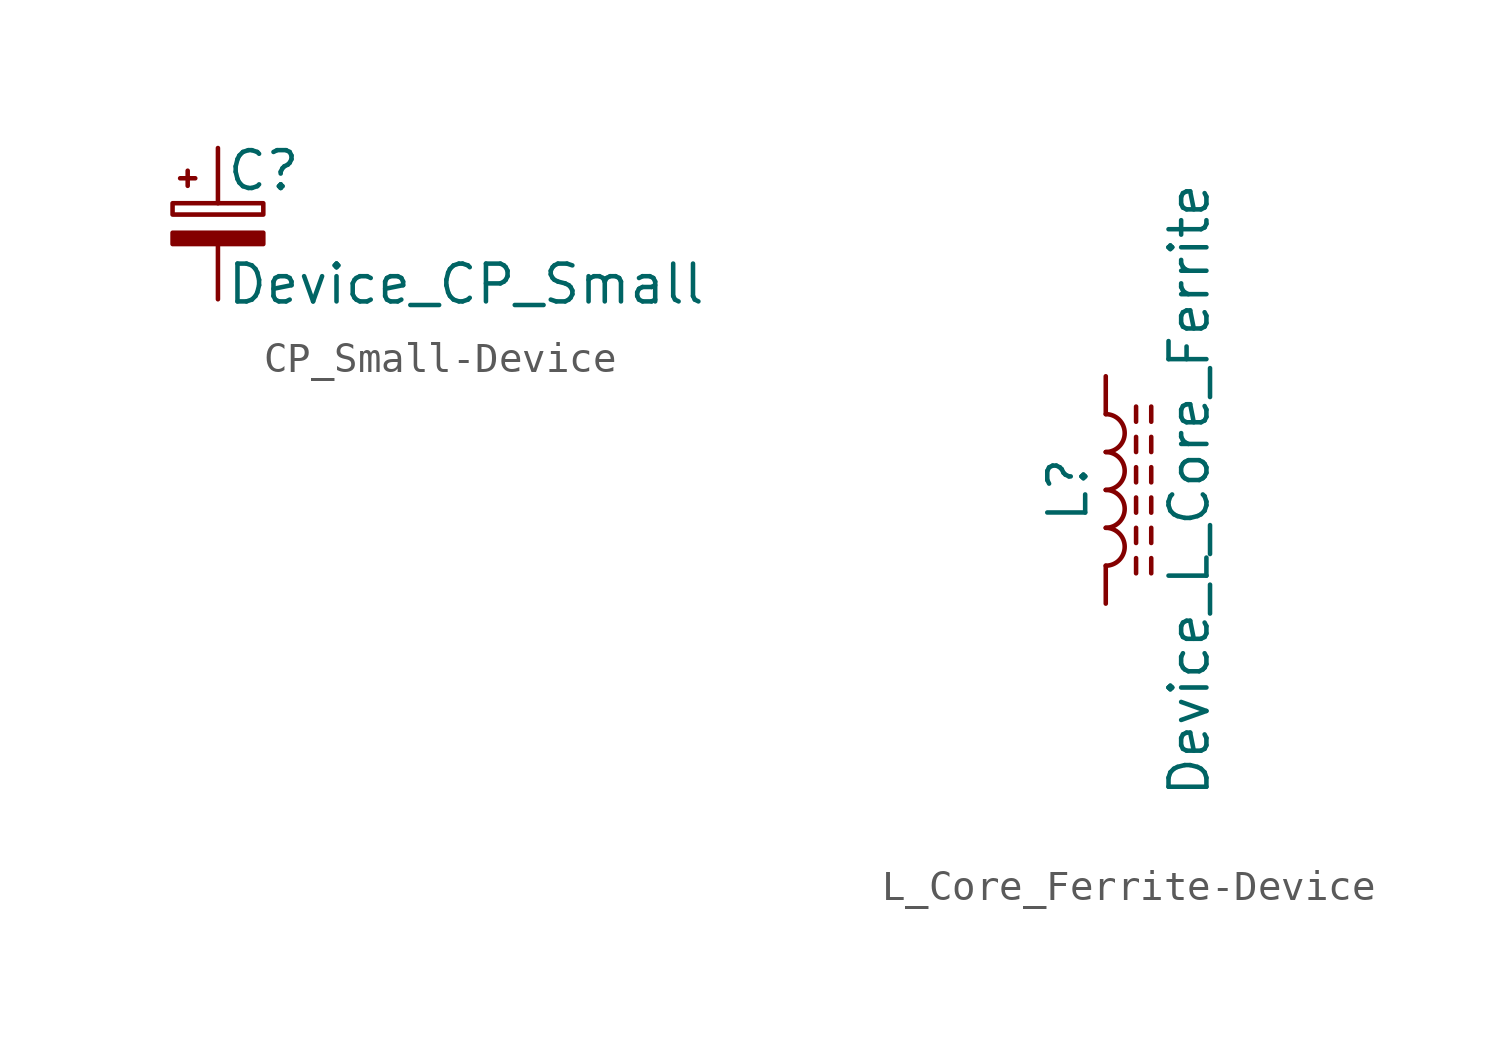
<source format=kicad_sym>
(kicad_symbol_lib
  (version 20220914)
  (generator kicad_symbol_editor)
  (symbol "CP_Small-Device"
    (pin_numbers hide)
    (pin_names
      (offset 0.254) hide)
    (property "Reference" "C"
      (at 0.254 1.778 0)
      (effects (font (size 1.27 1.27)) (justify left)))
    (property "Value" "Device_CP_Small"
      (at 0.254 -2.032 0)
      (effects (font (size 1.27 1.27)) (justify left)))
    (symbol "CP_Small-Device_0_1"
      (rectangle (start -1.524 -0.305) (end 1.524 -0.686) (stroke (width 0) (type solid)) (fill (type outline)))
      (rectangle (start -1.524 0.686) (end 1.524 0.305) (stroke (width 0) (type solid)) (fill (type none)))
      (polyline (pts (xy -1.27 1.524) (xy -0.762 1.524)) (stroke (width 0) (type solid)) (fill (type none)))
      (polyline (pts (xy -1.016 1.27) (xy -1.016 1.778)) (stroke (width 0) (type solid)) (fill (type none))))
    (symbol "CP_Small-Device_1_1"
      (pin passive line (at 0 2.54 270) (length 1.854) (name "~" (effects (font (size 1.27 1.27)))) (number "1" (effects (font (size 1.27 1.27)))))
      (pin passive line (at 0 -2.54 90) (length 1.854) (name "~" (effects (font (size 1.27 1.27)))) (number "2" (effects (font (size 1.27 1.27)))))))
  (symbol "L_Core_Ferrite-Device"
    (pin_numbers hide)
    (pin_names
      (offset 1.016) hide)
    (property "Reference" "L"
      (at -1.27 0 90)
      (effects (font (size 1.27 1.27))))
    (property "Value" "Device_L_Core_Ferrite"
      (at 2.794 0 90)
      (effects (font (size 1.27 1.27))))
    (symbol "L_Core_Ferrite-Device_0_1"
      (arc (start 0 -2.54) (mid 0.6323 -1.905) (end 0 -1.27) (stroke (width 0) (type solid)) (fill (type none)))
      (arc (start 0 -1.27) (mid 0.6323 -0.635) (end 0 0) (stroke (width 0) (type solid)) (fill (type none)))
      (polyline (pts (xy 1.016 -2.794) (xy 1.016 -2.286)) (stroke (width 0) (type solid)) (fill (type none)))
      (polyline (pts (xy 1.016 -1.778) (xy 1.016 -1.27)) (stroke (width 0) (type solid)) (fill (type none)))
      (polyline (pts (xy 1.016 -0.762) (xy 1.016 -0.254)) (stroke (width 0) (type solid)) (fill (type none)))
      (polyline (pts (xy 1.016 0.254) (xy 1.016 0.762)) (stroke (width 0) (type solid)) (fill (type none)))
      (polyline (pts (xy 1.016 1.27) (xy 1.016 1.778)) (stroke (width 0) (type solid)) (fill (type none)))
      (polyline (pts (xy 1.016 2.286) (xy 1.016 2.794)) (stroke (width 0) (type solid)) (fill (type none)))
      (polyline (pts (xy 1.524 -2.286) (xy 1.524 -2.794)) (stroke (width 0) (type solid)) (fill (type none)))
      (polyline (pts (xy 1.524 -1.27) (xy 1.524 -1.778)) (stroke (width 0) (type solid)) (fill (type none)))
      (polyline (pts (xy 1.524 -0.254) (xy 1.524 -0.762)) (stroke (width 0) (type solid)) (fill (type none)))
      (polyline (pts (xy 1.524 0.762) (xy 1.524 0.254)) (stroke (width 0) (type solid)) (fill (type none)))
      (polyline (pts (xy 1.524 1.778) (xy 1.524 1.27)) (stroke (width 0) (type solid)) (fill (type none)))
      (polyline (pts (xy 1.524 2.794) (xy 1.524 2.286)) (stroke (width 0) (type solid)) (fill (type none)))
      (arc (start 0 0) (mid 0.6323 0.635) (end 0 1.27) (stroke (width 0) (type solid)) (fill (type none)))
      (arc (start 0 1.27) (mid 0.6323 1.905) (end 0 2.54) (stroke (width 0) (type solid)) (fill (type none))))
    (symbol "L_Core_Ferrite-Device_1_1"
      (pin passive line (at 0 3.81 270) (length 1.27) (name "1" (effects (font (size 1.27 1.27)))) (number "1" (effects (font (size 1.27 1.27)))))
      (pin passive line (at 0 -3.81 90) (length 1.27) (name "2" (effects (font (size 1.27 1.27)))) (number "2" (effects (font (size 1.27 1.27))))))))
</source>
